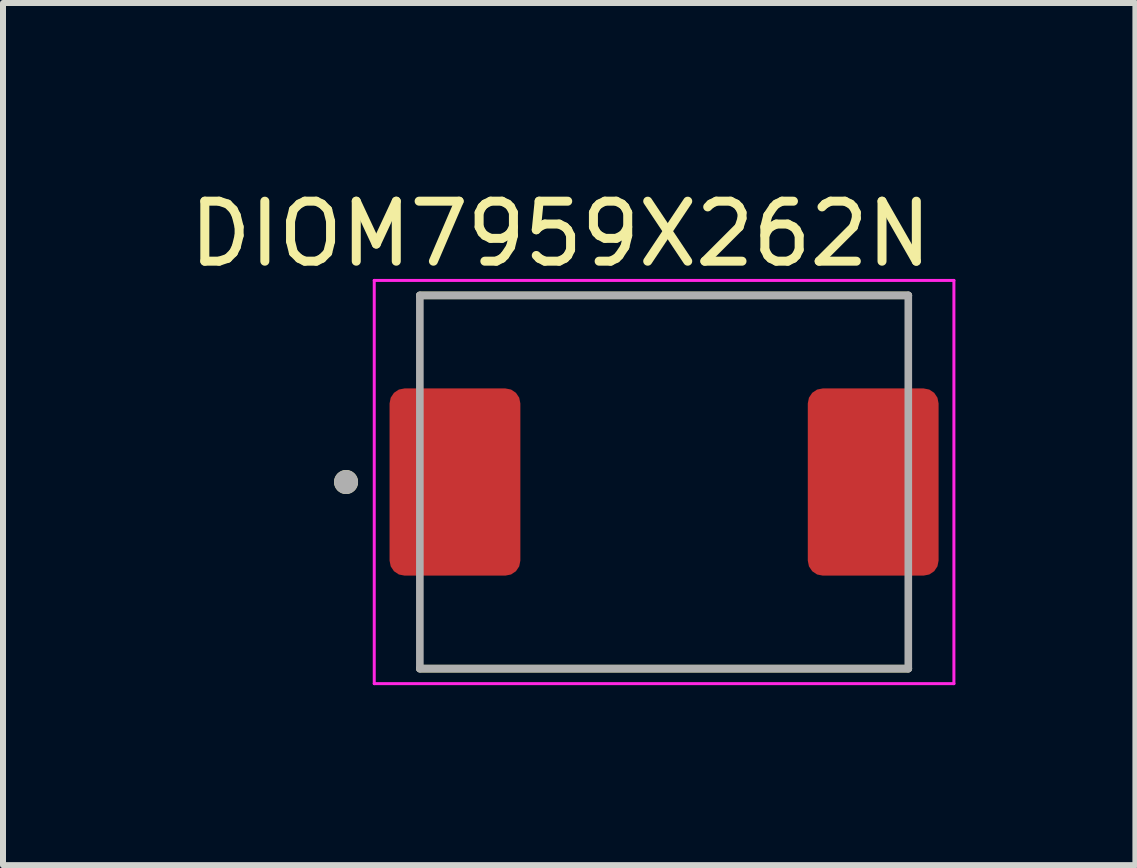
<source format=kicad_pcb>
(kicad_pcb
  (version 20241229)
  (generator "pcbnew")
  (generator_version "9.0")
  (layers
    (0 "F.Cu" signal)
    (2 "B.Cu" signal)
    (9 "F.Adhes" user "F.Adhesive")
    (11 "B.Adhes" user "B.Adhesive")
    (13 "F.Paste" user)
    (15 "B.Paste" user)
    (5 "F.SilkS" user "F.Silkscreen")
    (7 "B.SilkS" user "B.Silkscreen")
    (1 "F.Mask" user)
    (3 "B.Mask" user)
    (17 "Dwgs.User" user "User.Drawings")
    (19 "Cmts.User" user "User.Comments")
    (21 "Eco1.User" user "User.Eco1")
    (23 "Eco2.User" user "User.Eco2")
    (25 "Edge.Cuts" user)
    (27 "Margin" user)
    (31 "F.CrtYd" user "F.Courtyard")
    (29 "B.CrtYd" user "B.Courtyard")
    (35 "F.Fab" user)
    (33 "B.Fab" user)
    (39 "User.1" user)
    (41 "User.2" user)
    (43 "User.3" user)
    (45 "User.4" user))
  (footprint "DIOM7959X262N"
    (layer "F.Cu")
    (at 8.017 4.983)
    (property "Reference" "DIOM7959X262N" (at -1.725 -4.135 0) (layer "F.SilkS") (effects (font (size 1 1) (thickness 0.15))))
    (attr smd)
    (fp_line (start -4.07 -3.11) (end 4.07 -3.11) (stroke (width 0.127) (type solid)) (layer "F.SilkS"))
    (fp_line (start -4.07 3.11) (end 4.07 3.11) (stroke (width 0.127) (type solid)) (layer "F.SilkS"))
    (fp_circle (center -5.3 0) (end -5.2 0) (stroke (width 0.2) (type solid)) (fill no) (layer "F.SilkS"))
    (fp_line (start -4.83 -3.36) (end 4.83 -3.36) (stroke (width 0.05) (type solid)) (layer "F.CrtYd"))
    (fp_line (start -4.83 3.36) (end -4.83 -3.36) (stroke (width 0.05) (type solid)) (layer "F.CrtYd"))
    (fp_line (start 4.83 -3.36) (end 4.83 3.36) (stroke (width 0.05) (type solid)) (layer "F.CrtYd"))
    (fp_line (start 4.83 3.36) (end -4.83 3.36) (stroke (width 0.05) (type solid)) (layer "F.CrtYd"))
    (fp_line (start -4.07 -3.11) (end 4.07 -3.11) (stroke (width 0.127) (type solid)) (layer "F.Fab"))
    (fp_line (start -4.07 3.11) (end -4.07 -3.11) (stroke (width 0.127) (type solid)) (layer "F.Fab"))
    (fp_line (start 4.07 -3.11) (end 4.07 3.11) (stroke (width 0.127) (type solid)) (layer "F.Fab"))
    (fp_line (start 4.07 3.11) (end -4.07 3.11) (stroke (width 0.127) (type solid)) (layer "F.Fab"))
    (fp_circle (center -5.3 0) (end -5.2 0) (stroke (width 0.2) (type solid)) (fill no) (layer "F.Fab"))
    (pad "A" smd roundrect (at 3.485 0) (size 2.18 3.12) (layers "F.Cu" "F.Mask" "F.Paste") (roundrect_rratio 0.115))
    (pad "C" smd roundrect (at -3.485 0) (size 2.18 3.12) (layers "F.Cu" "F.Mask" "F.Paste") (roundrect_rratio 0.115)))
  (gr_rect
    (start -3 -3)
    (end 15.872 11.368)
    (stroke (width 0.1) (type default))
    (fill no)
    (layer "Edge.Cuts")))
</source>
